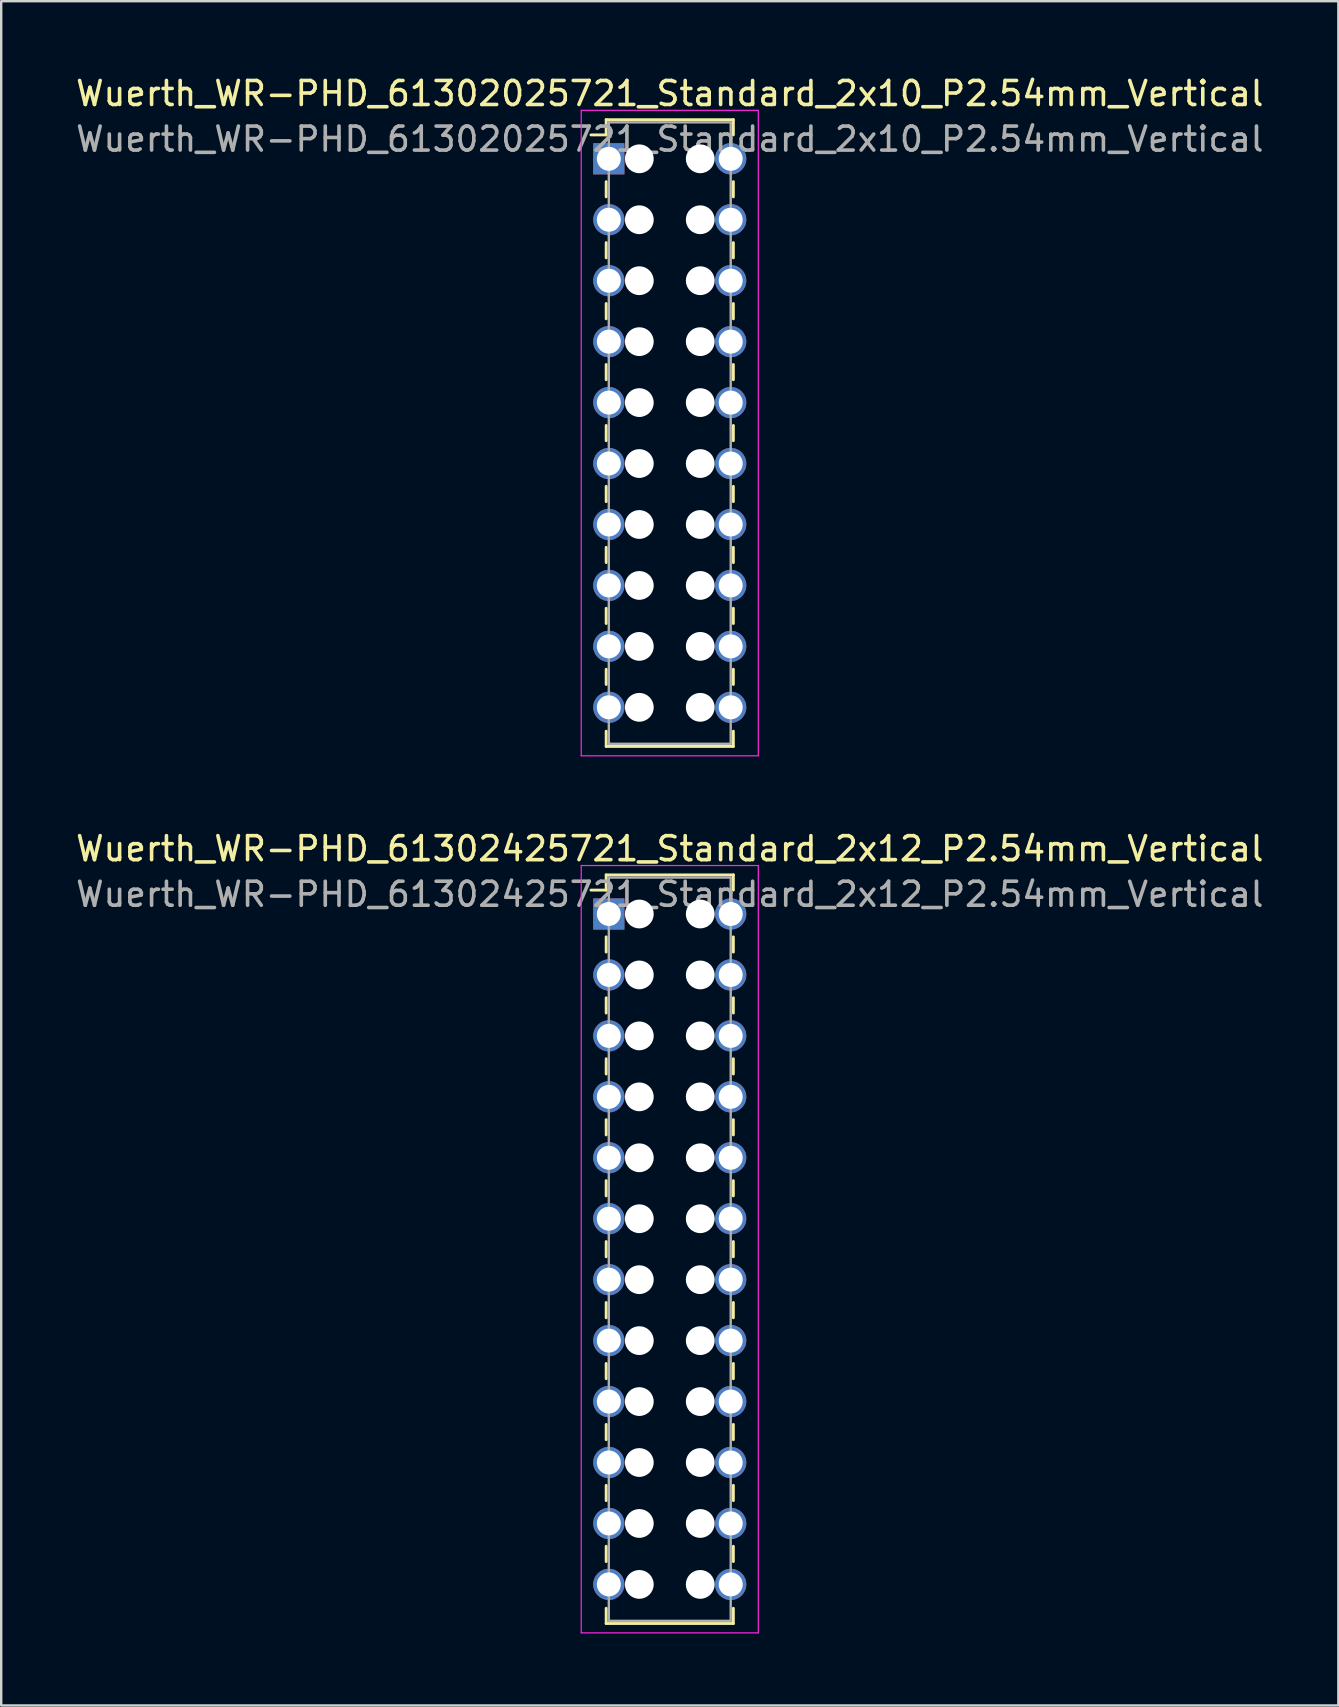
<source format=kicad_pcb>
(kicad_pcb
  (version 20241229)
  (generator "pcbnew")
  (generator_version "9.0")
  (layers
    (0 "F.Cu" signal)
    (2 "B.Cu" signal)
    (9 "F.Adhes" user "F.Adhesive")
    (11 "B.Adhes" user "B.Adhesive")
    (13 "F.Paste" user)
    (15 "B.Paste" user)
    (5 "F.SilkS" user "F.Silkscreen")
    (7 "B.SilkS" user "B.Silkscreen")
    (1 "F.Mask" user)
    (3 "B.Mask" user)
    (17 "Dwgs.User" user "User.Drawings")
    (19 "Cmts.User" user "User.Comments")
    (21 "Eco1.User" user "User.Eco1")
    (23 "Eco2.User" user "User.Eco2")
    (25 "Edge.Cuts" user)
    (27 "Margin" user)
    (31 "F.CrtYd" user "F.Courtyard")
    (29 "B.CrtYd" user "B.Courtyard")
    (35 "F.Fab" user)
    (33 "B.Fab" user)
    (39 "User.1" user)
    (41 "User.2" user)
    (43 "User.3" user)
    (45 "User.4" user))
  (footprint "Wuerth_WR-PHD_61302025721_Standard_2x10_P2.54mm_Vertical"
    (layer "F.Cu")
    (at 22.323 3.568)
    (property "Reference" "Wuerth_WR-PHD_61302025721_Standard_2x10_P2.54mm_Vertical" (at 2.54 -2.72 0) (layer "F.SilkS") (effects (font (size 1 1) (thickness 0.15))))
    (attr through_hole)
    (fp_line (start -0.11 -1.63) (end -0.11 -0.995) (stroke (width 0.12) (type solid)) (layer "F.SilkS"))
    (fp_line (start -0.11 -1.63) (end 5.19 -1.63) (stroke (width 0.12) (type solid)) (layer "F.SilkS"))
    (fp_line (start -0.11 -0.995) (end -0.745 -0.995) (stroke (width 0.12) (type solid)) (layer "F.SilkS"))
    (fp_line (start -0.11 0.953) (end -0.11 1.587) (stroke (width 0.12) (type solid)) (layer "F.SilkS"))
    (fp_line (start -0.11 3.493) (end -0.11 4.128) (stroke (width 0.12) (type solid)) (layer "F.SilkS"))
    (fp_line (start -0.11 6.032) (end -0.11 6.668) (stroke (width 0.12) (type solid)) (layer "F.SilkS"))
    (fp_line (start -0.11 8.572) (end -0.11 9.207) (stroke (width 0.12) (type solid)) (layer "F.SilkS"))
    (fp_line (start -0.11 11.113) (end -0.11 11.748) (stroke (width 0.12) (type solid)) (layer "F.SilkS"))
    (fp_line (start -0.11 13.652) (end -0.11 14.287) (stroke (width 0.12) (type solid)) (layer "F.SilkS"))
    (fp_line (start -0.11 16.192) (end -0.11 16.828) (stroke (width 0.12) (type solid)) (layer "F.SilkS"))
    (fp_line (start -0.11 18.733) (end -0.11 19.367) (stroke (width 0.12) (type solid)) (layer "F.SilkS"))
    (fp_line (start -0.11 21.273) (end -0.11 21.907) (stroke (width 0.12) (type solid)) (layer "F.SilkS"))
    (fp_line (start -0.11 24.49) (end -0.11 23.855) (stroke (width 0.12) (type solid)) (layer "F.SilkS"))
    (fp_line (start -0.11 24.49) (end 5.19 24.49) (stroke (width 0.12) (type solid)) (layer "F.SilkS"))
    (fp_line (start 5.19 -1.63) (end 5.19 -0.995) (stroke (width 0.12) (type solid)) (layer "F.SilkS"))
    (fp_line (start 5.19 0.953) (end 5.19 1.587) (stroke (width 0.12) (type solid)) (layer "F.SilkS"))
    (fp_line (start 5.19 3.493) (end 5.19 4.128) (stroke (width 0.12) (type solid)) (layer "F.SilkS"))
    (fp_line (start 5.19 6.032) (end 5.19 6.668) (stroke (width 0.12) (type solid)) (layer "F.SilkS"))
    (fp_line (start 5.19 8.572) (end 5.19 9.207) (stroke (width 0.12) (type solid)) (layer "F.SilkS"))
    (fp_line (start 5.19 11.113) (end 5.19 11.748) (stroke (width 0.12) (type solid)) (layer "F.SilkS"))
    (fp_line (start 5.19 13.652) (end 5.19 14.287) (stroke (width 0.12) (type solid)) (layer "F.SilkS"))
    (fp_line (start 5.19 16.192) (end 5.19 16.828) (stroke (width 0.12) (type solid)) (layer "F.SilkS"))
    (fp_line (start 5.19 18.733) (end 5.19 19.367) (stroke (width 0.12) (type solid)) (layer "F.SilkS"))
    (fp_line (start 5.19 21.273) (end 5.19 21.907) (stroke (width 0.12) (type solid)) (layer "F.SilkS"))
    (fp_line (start 5.19 24.49) (end 5.19 23.855) (stroke (width 0.12) (type solid)) (layer "F.SilkS"))
    (fp_line (start -1.15 -2.02) (end -1.15 24.88) (stroke (width 0.05) (type solid)) (layer "F.CrtYd"))
    (fp_line (start -1.15 24.88) (end 6.23 24.88) (stroke (width 0.05) (type solid)) (layer "F.CrtYd"))
    (fp_line (start 6.23 -2.02) (end -1.15 -2.02) (stroke (width 0.05) (type solid)) (layer "F.CrtYd"))
    (fp_line (start 6.23 24.88) (end 6.23 -2.02) (stroke (width 0.05) (type solid)) (layer "F.CrtYd"))
    (fp_line (start 0 -1.52) (end 0 24.38) (stroke (width 0.1) (type solid)) (layer "F.Fab"))
    (fp_line (start 0 24.38) (end 5.08 24.38) (stroke (width 0.1) (type solid)) (layer "F.Fab"))
    (fp_line (start 5.08 -1.52) (end 0 -1.52) (stroke (width 0.1) (type solid)) (layer "F.Fab"))
    (fp_line (start 5.08 24.38) (end 5.08 -1.52) (stroke (width 0.1) (type solid)) (layer "F.Fab"))
    (fp_text user "${REFERENCE}" (at 2.54 -0.82 0) (layer "F.Fab") (effects (font (size 1 1) (thickness 0.15))))
    (pad "" np_thru_hole circle (at 1.27 0) (size 1.2 1.2) (drill 1.2) (layers "*.Cu" "*.Mask"))
    (pad "" np_thru_hole circle (at 1.27 2.54) (size 1.2 1.2) (drill 1.2) (layers "*.Cu" "*.Mask"))
    (pad "" np_thru_hole circle (at 1.27 5.08) (size 1.2 1.2) (drill 1.2) (layers "*.Cu" "*.Mask"))
    (pad "" np_thru_hole circle (at 1.27 7.62) (size 1.2 1.2) (drill 1.2) (layers "*.Cu" "*.Mask"))
    (pad "" np_thru_hole circle (at 1.27 10.16) (size 1.2 1.2) (drill 1.2) (layers "*.Cu" "*.Mask"))
    (pad "" np_thru_hole circle (at 1.27 12.7) (size 1.2 1.2) (drill 1.2) (layers "*.Cu" "*.Mask"))
    (pad "" np_thru_hole circle (at 1.27 15.24) (size 1.2 1.2) (drill 1.2) (layers "*.Cu" "*.Mask"))
    (pad "" np_thru_hole circle (at 1.27 17.78) (size 1.2 1.2) (drill 1.2) (layers "*.Cu" "*.Mask"))
    (pad "" np_thru_hole circle (at 1.27 20.32) (size 1.2 1.2) (drill 1.2) (layers "*.Cu" "*.Mask"))
    (pad "" np_thru_hole circle (at 1.27 22.86) (size 1.2 1.2) (drill 1.2) (layers "*.Cu" "*.Mask"))
    (pad "" np_thru_hole circle (at 3.81 0) (size 1.2 1.2) (drill 1.2) (layers "*.Cu" "*.Mask"))
    (pad "" np_thru_hole circle (at 3.81 2.54) (size 1.2 1.2) (drill 1.2) (layers "*.Cu" "*.Mask"))
    (pad "" np_thru_hole circle (at 3.81 5.08) (size 1.2 1.2) (drill 1.2) (layers "*.Cu" "*.Mask"))
    (pad "" np_thru_hole circle (at 3.81 7.62) (size 1.2 1.2) (drill 1.2) (layers "*.Cu" "*.Mask"))
    (pad "" np_thru_hole circle (at 3.81 10.16) (size 1.2 1.2) (drill 1.2) (layers "*.Cu" "*.Mask"))
    (pad "" np_thru_hole circle (at 3.81 12.7) (size 1.2 1.2) (drill 1.2) (layers "*.Cu" "*.Mask"))
    (pad "" np_thru_hole circle (at 3.81 15.24) (size 1.2 1.2) (drill 1.2) (layers "*.Cu" "*.Mask"))
    (pad "" np_thru_hole circle (at 3.81 17.78) (size 1.2 1.2) (drill 1.2) (layers "*.Cu" "*.Mask"))
    (pad "" np_thru_hole circle (at 3.81 20.32) (size 1.2 1.2) (drill 1.2) (layers "*.Cu" "*.Mask"))
    (pad "" np_thru_hole circle (at 3.81 22.86) (size 1.2 1.2) (drill 1.2) (layers "*.Cu" "*.Mask"))
    (pad "1" thru_hole rect (at 0 0) (size 1.3 1.3) (drill 1) (layers "*.Cu" "*.Mask"))
    (pad "2" thru_hole circle (at 5.08 0) (size 1.3 1.3) (drill 1) (layers "*.Cu" "*.Mask"))
    (pad "3" thru_hole circle (at 0 2.54) (size 1.3 1.3) (drill 1) (layers "*.Cu" "*.Mask"))
    (pad "4" thru_hole circle (at 5.08 2.54) (size 1.3 1.3) (drill 1) (layers "*.Cu" "*.Mask"))
    (pad "5" thru_hole circle (at 0 5.08) (size 1.3 1.3) (drill 1) (layers "*.Cu" "*.Mask"))
    (pad "6" thru_hole circle (at 5.08 5.08) (size 1.3 1.3) (drill 1) (layers "*.Cu" "*.Mask"))
    (pad "7" thru_hole circle (at 0 7.62) (size 1.3 1.3) (drill 1) (layers "*.Cu" "*.Mask"))
    (pad "8" thru_hole circle (at 5.08 7.62) (size 1.3 1.3) (drill 1) (layers "*.Cu" "*.Mask"))
    (pad "9" thru_hole circle (at 0 10.16) (size 1.3 1.3) (drill 1) (layers "*.Cu" "*.Mask"))
    (pad "10" thru_hole circle (at 5.08 10.16) (size 1.3 1.3) (drill 1) (layers "*.Cu" "*.Mask"))
    (pad "11" thru_hole circle (at 0 12.7) (size 1.3 1.3) (drill 1) (layers "*.Cu" "*.Mask"))
    (pad "12" thru_hole circle (at 5.08 12.7) (size 1.3 1.3) (drill 1) (layers "*.Cu" "*.Mask"))
    (pad "13" thru_hole circle (at 0 15.24) (size 1.3 1.3) (drill 1) (layers "*.Cu" "*.Mask"))
    (pad "14" thru_hole circle (at 5.08 15.24) (size 1.3 1.3) (drill 1) (layers "*.Cu" "*.Mask"))
    (pad "15" thru_hole circle (at 0 17.78) (size 1.3 1.3) (drill 1) (layers "*.Cu" "*.Mask"))
    (pad "16" thru_hole circle (at 5.08 17.78) (size 1.3 1.3) (drill 1) (layers "*.Cu" "*.Mask"))
    (pad "17" thru_hole circle (at 0 20.32) (size 1.3 1.3) (drill 1) (layers "*.Cu" "*.Mask"))
    (pad "18" thru_hole circle (at 5.08 20.32) (size 1.3 1.3) (drill 1) (layers "*.Cu" "*.Mask"))
    (pad "19" thru_hole circle (at 0 22.86) (size 1.3 1.3) (drill 1) (layers "*.Cu" "*.Mask"))
    (pad "20" thru_hole circle (at 5.08 22.86) (size 1.3 1.3) (drill 1) (layers "*.Cu" "*.Mask")))
  (footprint "Wuerth_WR-PHD_61302425721_Standard_2x12_P2.54mm_Vertical"
    (layer "F.Cu")
    (at 22.323 35.041)
    (property "Reference" "Wuerth_WR-PHD_61302425721_Standard_2x12_P2.54mm_Vertical" (at 2.54 -2.72 0) (layer "F.SilkS") (effects (font (size 1 1) (thickness 0.15))))
    (attr through_hole)
    (fp_line (start -0.11 -1.63) (end -0.11 -0.995) (stroke (width 0.12) (type solid)) (layer "F.SilkS"))
    (fp_line (start -0.11 -1.63) (end 5.19 -1.63) (stroke (width 0.12) (type solid)) (layer "F.SilkS"))
    (fp_line (start -0.11 -0.995) (end -0.745 -0.995) (stroke (width 0.12) (type solid)) (layer "F.SilkS"))
    (fp_line (start -0.11 0.953) (end -0.11 1.587) (stroke (width 0.12) (type solid)) (layer "F.SilkS"))
    (fp_line (start -0.11 3.493) (end -0.11 4.128) (stroke (width 0.12) (type solid)) (layer "F.SilkS"))
    (fp_line (start -0.11 6.032) (end -0.11 6.668) (stroke (width 0.12) (type solid)) (layer "F.SilkS"))
    (fp_line (start -0.11 8.572) (end -0.11 9.207) (stroke (width 0.12) (type solid)) (layer "F.SilkS"))
    (fp_line (start -0.11 11.113) (end -0.11 11.748) (stroke (width 0.12) (type solid)) (layer "F.SilkS"))
    (fp_line (start -0.11 13.652) (end -0.11 14.287) (stroke (width 0.12) (type solid)) (layer "F.SilkS"))
    (fp_line (start -0.11 16.192) (end -0.11 16.828) (stroke (width 0.12) (type solid)) (layer "F.SilkS"))
    (fp_line (start -0.11 18.733) (end -0.11 19.367) (stroke (width 0.12) (type solid)) (layer "F.SilkS"))
    (fp_line (start -0.11 21.273) (end -0.11 21.907) (stroke (width 0.12) (type solid)) (layer "F.SilkS"))
    (fp_line (start -0.11 23.812) (end -0.11 24.448) (stroke (width 0.12) (type solid)) (layer "F.SilkS"))
    (fp_line (start -0.11 26.352) (end -0.11 26.988) (stroke (width 0.12) (type solid)) (layer "F.SilkS"))
    (fp_line (start -0.11 29.57) (end -0.11 28.935) (stroke (width 0.12) (type solid)) (layer "F.SilkS"))
    (fp_line (start -0.11 29.57) (end 5.19 29.57) (stroke (width 0.12) (type solid)) (layer "F.SilkS"))
    (fp_line (start 5.19 -1.63) (end 5.19 -0.995) (stroke (width 0.12) (type solid)) (layer "F.SilkS"))
    (fp_line (start 5.19 0.953) (end 5.19 1.587) (stroke (width 0.12) (type solid)) (layer "F.SilkS"))
    (fp_line (start 5.19 3.493) (end 5.19 4.128) (stroke (width 0.12) (type solid)) (layer "F.SilkS"))
    (fp_line (start 5.19 6.032) (end 5.19 6.668) (stroke (width 0.12) (type solid)) (layer "F.SilkS"))
    (fp_line (start 5.19 8.572) (end 5.19 9.207) (stroke (width 0.12) (type solid)) (layer "F.SilkS"))
    (fp_line (start 5.19 11.113) (end 5.19 11.748) (stroke (width 0.12) (type solid)) (layer "F.SilkS"))
    (fp_line (start 5.19 13.652) (end 5.19 14.287) (stroke (width 0.12) (type solid)) (layer "F.SilkS"))
    (fp_line (start 5.19 16.192) (end 5.19 16.828) (stroke (width 0.12) (type solid)) (layer "F.SilkS"))
    (fp_line (start 5.19 18.733) (end 5.19 19.367) (stroke (width 0.12) (type solid)) (layer "F.SilkS"))
    (fp_line (start 5.19 21.273) (end 5.19 21.907) (stroke (width 0.12) (type solid)) (layer "F.SilkS"))
    (fp_line (start 5.19 23.812) (end 5.19 24.448) (stroke (width 0.12) (type solid)) (layer "F.SilkS"))
    (fp_line (start 5.19 26.352) (end 5.19 26.988) (stroke (width 0.12) (type solid)) (layer "F.SilkS"))
    (fp_line (start 5.19 29.57) (end 5.19 28.935) (stroke (width 0.12) (type solid)) (layer "F.SilkS"))
    (fp_line (start -1.15 -2.02) (end -1.15 29.96) (stroke (width 0.05) (type solid)) (layer "F.CrtYd"))
    (fp_line (start -1.15 29.96) (end 6.23 29.96) (stroke (width 0.05) (type solid)) (layer "F.CrtYd"))
    (fp_line (start 6.23 -2.02) (end -1.15 -2.02) (stroke (width 0.05) (type solid)) (layer "F.CrtYd"))
    (fp_line (start 6.23 29.96) (end 6.23 -2.02) (stroke (width 0.05) (type solid)) (layer "F.CrtYd"))
    (fp_line (start 0 -1.52) (end 0 29.46) (stroke (width 0.1) (type solid)) (layer "F.Fab"))
    (fp_line (start 0 29.46) (end 5.08 29.46) (stroke (width 0.1) (type solid)) (layer "F.Fab"))
    (fp_line (start 5.08 -1.52) (end 0 -1.52) (stroke (width 0.1) (type solid)) (layer "F.Fab"))
    (fp_line (start 5.08 29.46) (end 5.08 -1.52) (stroke (width 0.1) (type solid)) (layer "F.Fab"))
    (fp_text user "${REFERENCE}" (at 2.54 -0.82 0) (layer "F.Fab") (effects (font (size 1 1) (thickness 0.15))))
    (pad "" np_thru_hole circle (at 1.27 0) (size 1.2 1.2) (drill 1.2) (layers "*.Cu" "*.Mask"))
    (pad "" np_thru_hole circle (at 1.27 2.54) (size 1.2 1.2) (drill 1.2) (layers "*.Cu" "*.Mask"))
    (pad "" np_thru_hole circle (at 1.27 5.08) (size 1.2 1.2) (drill 1.2) (layers "*.Cu" "*.Mask"))
    (pad "" np_thru_hole circle (at 1.27 7.62) (size 1.2 1.2) (drill 1.2) (layers "*.Cu" "*.Mask"))
    (pad "" np_thru_hole circle (at 1.27 10.16) (size 1.2 1.2) (drill 1.2) (layers "*.Cu" "*.Mask"))
    (pad "" np_thru_hole circle (at 1.27 12.7) (size 1.2 1.2) (drill 1.2) (layers "*.Cu" "*.Mask"))
    (pad "" np_thru_hole circle (at 1.27 15.24) (size 1.2 1.2) (drill 1.2) (layers "*.Cu" "*.Mask"))
    (pad "" np_thru_hole circle (at 1.27 17.78) (size 1.2 1.2) (drill 1.2) (layers "*.Cu" "*.Mask"))
    (pad "" np_thru_hole circle (at 1.27 20.32) (size 1.2 1.2) (drill 1.2) (layers "*.Cu" "*.Mask"))
    (pad "" np_thru_hole circle (at 1.27 22.86) (size 1.2 1.2) (drill 1.2) (layers "*.Cu" "*.Mask"))
    (pad "" np_thru_hole circle (at 1.27 25.4) (size 1.2 1.2) (drill 1.2) (layers "*.Cu" "*.Mask"))
    (pad "" np_thru_hole circle (at 1.27 27.94) (size 1.2 1.2) (drill 1.2) (layers "*.Cu" "*.Mask"))
    (pad "" np_thru_hole circle (at 3.81 0) (size 1.2 1.2) (drill 1.2) (layers "*.Cu" "*.Mask"))
    (pad "" np_thru_hole circle (at 3.81 2.54) (size 1.2 1.2) (drill 1.2) (layers "*.Cu" "*.Mask"))
    (pad "" np_thru_hole circle (at 3.81 5.08) (size 1.2 1.2) (drill 1.2) (layers "*.Cu" "*.Mask"))
    (pad "" np_thru_hole circle (at 3.81 7.62) (size 1.2 1.2) (drill 1.2) (layers "*.Cu" "*.Mask"))
    (pad "" np_thru_hole circle (at 3.81 10.16) (size 1.2 1.2) (drill 1.2) (layers "*.Cu" "*.Mask"))
    (pad "" np_thru_hole circle (at 3.81 12.7) (size 1.2 1.2) (drill 1.2) (layers "*.Cu" "*.Mask"))
    (pad "" np_thru_hole circle (at 3.81 15.24) (size 1.2 1.2) (drill 1.2) (layers "*.Cu" "*.Mask"))
    (pad "" np_thru_hole circle (at 3.81 17.78) (size 1.2 1.2) (drill 1.2) (layers "*.Cu" "*.Mask"))
    (pad "" np_thru_hole circle (at 3.81 20.32) (size 1.2 1.2) (drill 1.2) (layers "*.Cu" "*.Mask"))
    (pad "" np_thru_hole circle (at 3.81 22.86) (size 1.2 1.2) (drill 1.2) (layers "*.Cu" "*.Mask"))
    (pad "" np_thru_hole circle (at 3.81 25.4) (size 1.2 1.2) (drill 1.2) (layers "*.Cu" "*.Mask"))
    (pad "" np_thru_hole circle (at 3.81 27.94) (size 1.2 1.2) (drill 1.2) (layers "*.Cu" "*.Mask"))
    (pad "1" thru_hole rect (at 0 0) (size 1.3 1.3) (drill 1) (layers "*.Cu" "*.Mask"))
    (pad "2" thru_hole circle (at 5.08 0) (size 1.3 1.3) (drill 1) (layers "*.Cu" "*.Mask"))
    (pad "3" thru_hole circle (at 0 2.54) (size 1.3 1.3) (drill 1) (layers "*.Cu" "*.Mask"))
    (pad "4" thru_hole circle (at 5.08 2.54) (size 1.3 1.3) (drill 1) (layers "*.Cu" "*.Mask"))
    (pad "5" thru_hole circle (at 0 5.08) (size 1.3 1.3) (drill 1) (layers "*.Cu" "*.Mask"))
    (pad "6" thru_hole circle (at 5.08 5.08) (size 1.3 1.3) (drill 1) (layers "*.Cu" "*.Mask"))
    (pad "7" thru_hole circle (at 0 7.62) (size 1.3 1.3) (drill 1) (layers "*.Cu" "*.Mask"))
    (pad "8" thru_hole circle (at 5.08 7.62) (size 1.3 1.3) (drill 1) (layers "*.Cu" "*.Mask"))
    (pad "9" thru_hole circle (at 0 10.16) (size 1.3 1.3) (drill 1) (layers "*.Cu" "*.Mask"))
    (pad "10" thru_hole circle (at 5.08 10.16) (size 1.3 1.3) (drill 1) (layers "*.Cu" "*.Mask"))
    (pad "11" thru_hole circle (at 0 12.7) (size 1.3 1.3) (drill 1) (layers "*.Cu" "*.Mask"))
    (pad "12" thru_hole circle (at 5.08 12.7) (size 1.3 1.3) (drill 1) (layers "*.Cu" "*.Mask"))
    (pad "13" thru_hole circle (at 0 15.24) (size 1.3 1.3) (drill 1) (layers "*.Cu" "*.Mask"))
    (pad "14" thru_hole circle (at 5.08 15.24) (size 1.3 1.3) (drill 1) (layers "*.Cu" "*.Mask"))
    (pad "15" thru_hole circle (at 0 17.78) (size 1.3 1.3) (drill 1) (layers "*.Cu" "*.Mask"))
    (pad "16" thru_hole circle (at 5.08 17.78) (size 1.3 1.3) (drill 1) (layers "*.Cu" "*.Mask"))
    (pad "17" thru_hole circle (at 0 20.32) (size 1.3 1.3) (drill 1) (layers "*.Cu" "*.Mask"))
    (pad "18" thru_hole circle (at 5.08 20.32) (size 1.3 1.3) (drill 1) (layers "*.Cu" "*.Mask"))
    (pad "19" thru_hole circle (at 0 22.86) (size 1.3 1.3) (drill 1) (layers "*.Cu" "*.Mask"))
    (pad "20" thru_hole circle (at 5.08 22.86) (size 1.3 1.3) (drill 1) (layers "*.Cu" "*.Mask"))
    (pad "21" thru_hole circle (at 0 25.4) (size 1.3 1.3) (drill 1) (layers "*.Cu" "*.Mask"))
    (pad "22" thru_hole circle (at 5.08 25.4) (size 1.3 1.3) (drill 1) (layers "*.Cu" "*.Mask"))
    (pad "23" thru_hole circle (at 0 27.94) (size 1.3 1.3) (drill 1) (layers "*.Cu" "*.Mask"))
    (pad "24" thru_hole circle (at 5.08 27.94) (size 1.3 1.3) (drill 1) (layers "*.Cu" "*.Mask")))
  (gr_rect
    (start -3 -3)
    (end 52.726 68.026)
    (stroke (width 0.1) (type default))
    (fill no)
    (layer "Edge.Cuts")))
</source>
